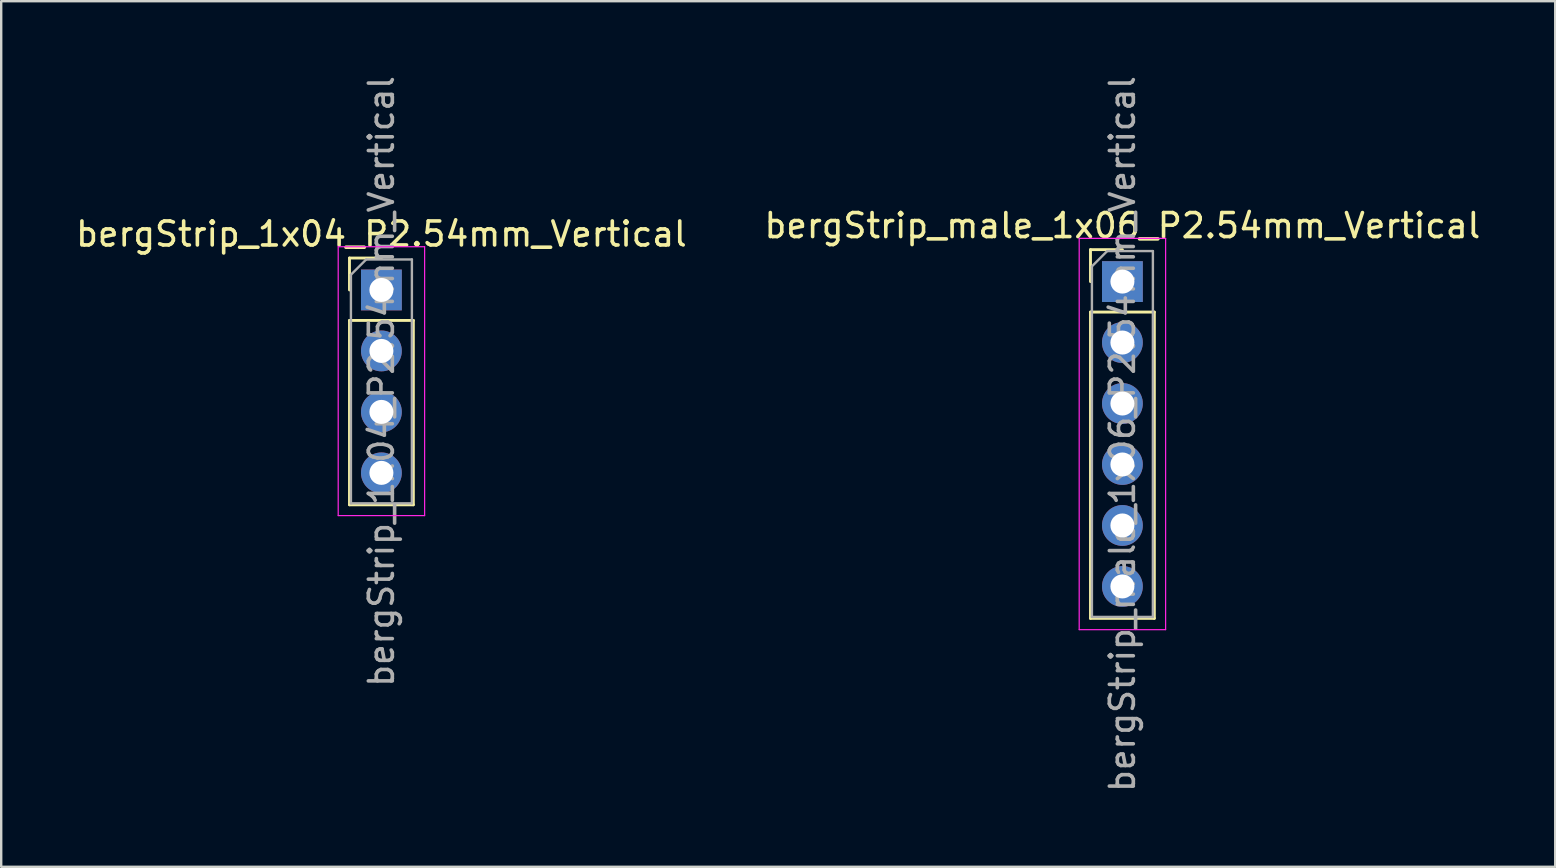
<source format=kicad_pcb>
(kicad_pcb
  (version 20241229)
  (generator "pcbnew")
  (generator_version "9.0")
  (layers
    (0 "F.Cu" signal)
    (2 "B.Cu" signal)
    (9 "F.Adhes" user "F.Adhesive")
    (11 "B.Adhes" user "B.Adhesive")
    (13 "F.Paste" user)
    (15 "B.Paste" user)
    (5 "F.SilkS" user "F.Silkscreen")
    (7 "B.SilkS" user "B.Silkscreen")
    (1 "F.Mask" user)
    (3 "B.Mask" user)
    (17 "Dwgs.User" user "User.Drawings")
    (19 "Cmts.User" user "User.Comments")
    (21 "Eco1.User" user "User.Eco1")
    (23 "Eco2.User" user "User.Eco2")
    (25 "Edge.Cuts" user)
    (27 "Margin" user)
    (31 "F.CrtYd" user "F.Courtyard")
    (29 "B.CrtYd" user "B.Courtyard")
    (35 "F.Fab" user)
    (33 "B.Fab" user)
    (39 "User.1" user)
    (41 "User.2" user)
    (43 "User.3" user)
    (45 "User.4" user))
  (footprint "bergStrip_1x04_P2.54mm_Vertical"
    (layer "F.Cu")
    (at 12.839 9.029)
    (property "Reference" "bergStrip_1x04_P2.54mm_Vertical" (at 0 -2.33 0) (layer "F.SilkS") (effects (font (size 1 1) (thickness 0.15))))
    (attr through_hole)
    (fp_line (start -1.33 -1.33) (end 0 -1.33) (stroke (width 0.12) (type solid)) (layer "F.SilkS"))
    (fp_line (start -1.33 0) (end -1.33 -1.33) (stroke (width 0.12) (type solid)) (layer "F.SilkS"))
    (fp_line (start -1.33 1.27) (end -1.33 8.95) (stroke (width 0.12) (type solid)) (layer "F.SilkS"))
    (fp_line (start -1.33 1.27) (end 1.33 1.27) (stroke (width 0.12) (type solid)) (layer "F.SilkS"))
    (fp_line (start -1.33 8.95) (end 1.33 8.95) (stroke (width 0.12) (type solid)) (layer "F.SilkS"))
    (fp_line (start 1.33 1.27) (end 1.33 8.95) (stroke (width 0.12) (type solid)) (layer "F.SilkS"))
    (fp_line (start -1.8 -1.8) (end -1.8 9.4) (stroke (width 0.05) (type solid)) (layer "F.CrtYd"))
    (fp_line (start -1.8 9.4) (end 1.8 9.4) (stroke (width 0.05) (type solid)) (layer "F.CrtYd"))
    (fp_line (start 1.8 -1.8) (end -1.8 -1.8) (stroke (width 0.05) (type solid)) (layer "F.CrtYd"))
    (fp_line (start 1.8 9.4) (end 1.8 -1.8) (stroke (width 0.05) (type solid)) (layer "F.CrtYd"))
    (fp_line (start -1.27 -0.635) (end -0.635 -1.27) (stroke (width 0.1) (type solid)) (layer "F.Fab"))
    (fp_line (start -1.27 8.89) (end -1.27 -0.635) (stroke (width 0.1) (type solid)) (layer "F.Fab"))
    (fp_line (start -0.635 -1.27) (end 1.27 -1.27) (stroke (width 0.1) (type solid)) (layer "F.Fab"))
    (fp_line (start 1.27 -1.27) (end 1.27 8.89) (stroke (width 0.1) (type solid)) (layer "F.Fab"))
    (fp_line (start 1.27 8.89) (end -1.27 8.89) (stroke (width 0.1) (type solid)) (layer "F.Fab"))
    (fp_text user "${REFERENCE}" (at 0 3.81 90) (layer "F.Fab") (effects (font (size 1 1) (thickness 0.15))))
    (pad "1" thru_hole rect (at 0 0) (size 1.7 1.7) (drill 1) (layers "*.Cu" "*.Mask"))
    (pad "2" thru_hole oval (at 0 2.54) (size 1.7 1.7) (drill 1) (layers "*.Cu" "*.Mask"))
    (pad "3" thru_hole oval (at 0 5.08) (size 1.7 1.7) (drill 1) (layers "*.Cu" "*.Mask"))
    (pad "4" thru_hole oval (at 0 7.62) (size 1.7 1.7) (drill 1) (layers "*.Cu" "*.Mask")))
  (footprint "bergStrip_male_1x06_P2.54mm_Vertical"
    (layer "F.Cu")
    (at 43.708 8.68)
    (property "Reference" "bergStrip_male_1x06_P2.54mm_Vertical" (at 0 -2.33 0) (layer "F.SilkS") (effects (font (size 1 1) (thickness 0.15))))
    (attr through_hole)
    (fp_line (start -1.33 -1.33) (end 0 -1.33) (stroke (width 0.12) (type solid)) (layer "F.SilkS"))
    (fp_line (start -1.33 0) (end -1.33 -1.33) (stroke (width 0.12) (type solid)) (layer "F.SilkS"))
    (fp_line (start -1.33 1.27) (end -1.33 14.03) (stroke (width 0.12) (type solid)) (layer "F.SilkS"))
    (fp_line (start -1.33 1.27) (end 1.33 1.27) (stroke (width 0.12) (type solid)) (layer "F.SilkS"))
    (fp_line (start -1.33 14.03) (end 1.33 14.03) (stroke (width 0.12) (type solid)) (layer "F.SilkS"))
    (fp_line (start 1.33 1.27) (end 1.33 14.03) (stroke (width 0.12) (type solid)) (layer "F.SilkS"))
    (fp_line (start -1.8 -1.8) (end -1.8 14.5) (stroke (width 0.05) (type solid)) (layer "F.CrtYd"))
    (fp_line (start -1.8 14.5) (end 1.8 14.5) (stroke (width 0.05) (type solid)) (layer "F.CrtYd"))
    (fp_line (start 1.8 -1.8) (end -1.8 -1.8) (stroke (width 0.05) (type solid)) (layer "F.CrtYd"))
    (fp_line (start 1.8 14.5) (end 1.8 -1.8) (stroke (width 0.05) (type solid)) (layer "F.CrtYd"))
    (fp_line (start -1.27 -0.635) (end -0.635 -1.27) (stroke (width 0.1) (type solid)) (layer "F.Fab"))
    (fp_line (start -1.27 13.97) (end -1.27 -0.635) (stroke (width 0.1) (type solid)) (layer "F.Fab"))
    (fp_line (start -0.635 -1.27) (end 1.27 -1.27) (stroke (width 0.1) (type solid)) (layer "F.Fab"))
    (fp_line (start 1.27 -1.27) (end 1.27 13.97) (stroke (width 0.1) (type solid)) (layer "F.Fab"))
    (fp_line (start 1.27 13.97) (end -1.27 13.97) (stroke (width 0.1) (type solid)) (layer "F.Fab"))
    (fp_text user "${REFERENCE}" (at 0 6.35 90) (layer "F.Fab") (effects (font (size 1 1) (thickness 0.15))))
    (pad "1" thru_hole rect (at 0 0) (size 1.7 1.7) (drill 1) (layers "*.Cu" "*.Mask"))
    (pad "2" thru_hole oval (at 0 2.54) (size 1.7 1.7) (drill 1) (layers "*.Cu" "*.Mask"))
    (pad "3" thru_hole oval (at 0 5.08) (size 1.7 1.7) (drill 1) (layers "*.Cu" "*.Mask"))
    (pad "4" thru_hole oval (at 0 7.62) (size 1.7 1.7) (drill 1) (layers "*.Cu" "*.Mask"))
    (pad "5" thru_hole oval (at 0 10.16) (size 1.7 1.7) (drill 1) (layers "*.Cu" "*.Mask"))
    (pad "6" thru_hole oval (at 0 12.7) (size 1.7 1.7) (drill 1) (layers "*.Cu" "*.Mask")))
  (gr_rect
    (start -3 -3)
    (end 61.738 33.06)
    (stroke (width 0.1) (type default))
    (fill no)
    (layer "Edge.Cuts")))
</source>
